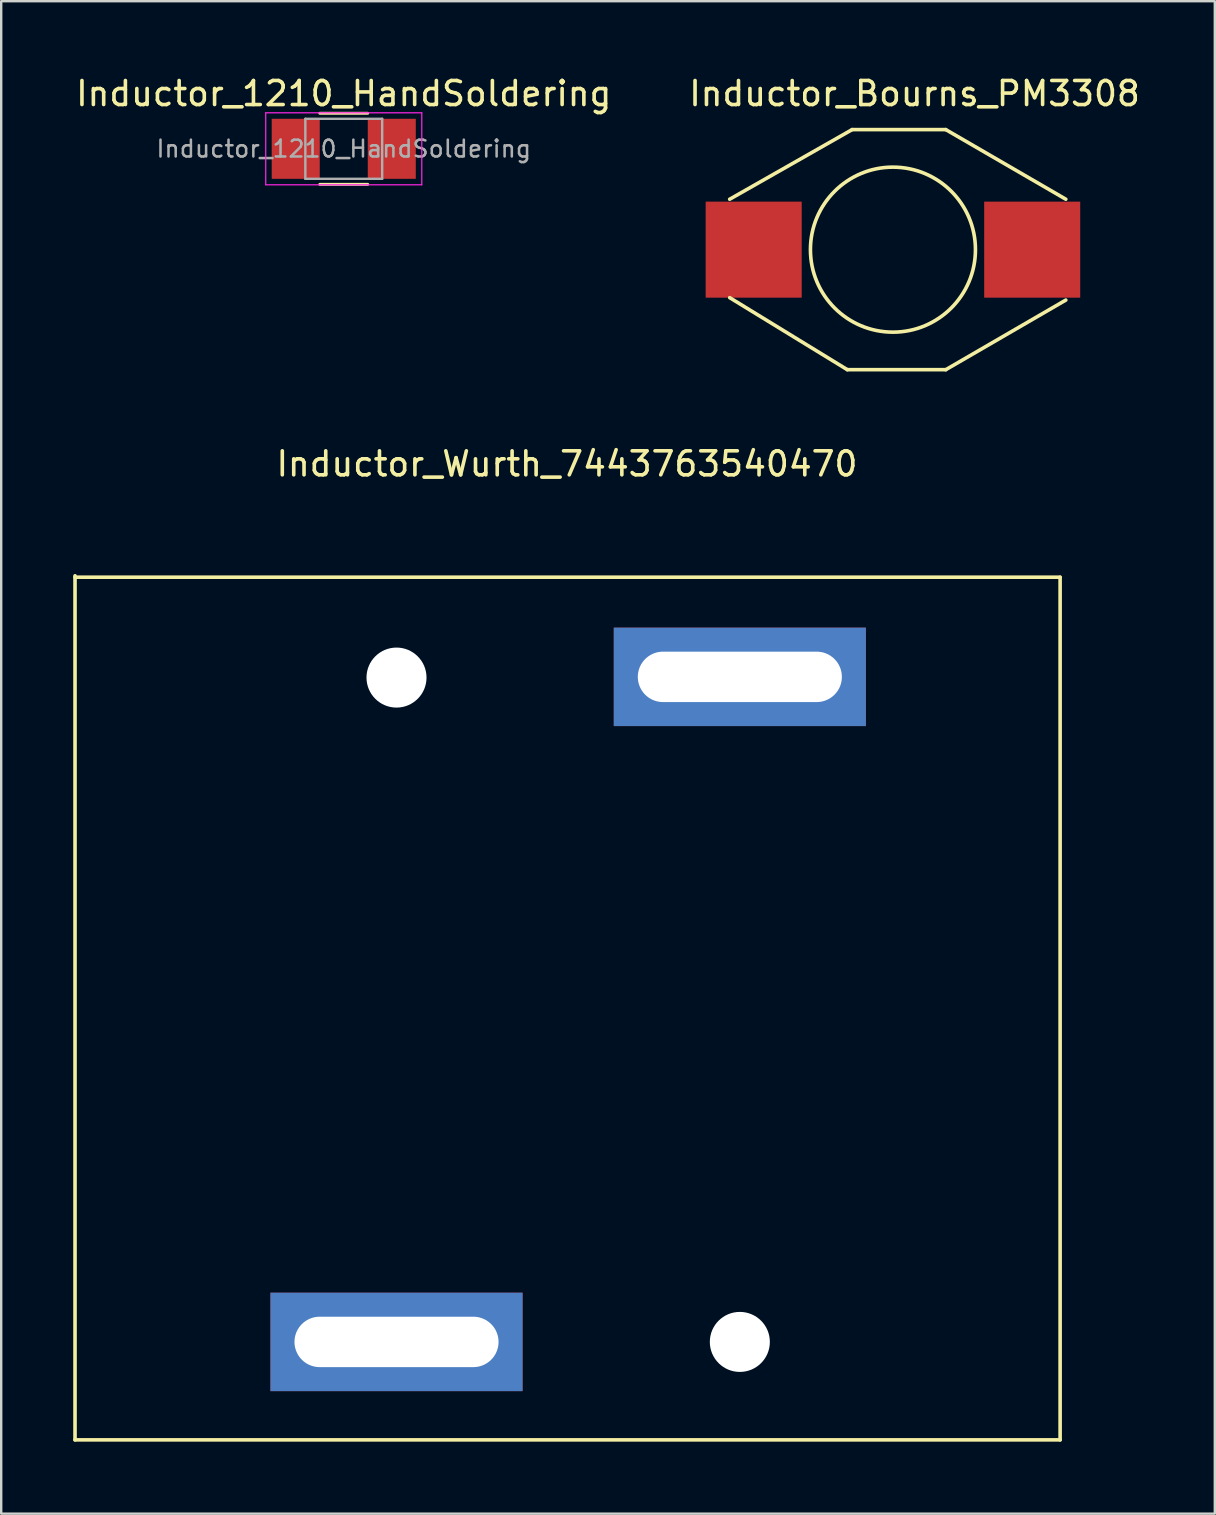
<source format=kicad_pcb>
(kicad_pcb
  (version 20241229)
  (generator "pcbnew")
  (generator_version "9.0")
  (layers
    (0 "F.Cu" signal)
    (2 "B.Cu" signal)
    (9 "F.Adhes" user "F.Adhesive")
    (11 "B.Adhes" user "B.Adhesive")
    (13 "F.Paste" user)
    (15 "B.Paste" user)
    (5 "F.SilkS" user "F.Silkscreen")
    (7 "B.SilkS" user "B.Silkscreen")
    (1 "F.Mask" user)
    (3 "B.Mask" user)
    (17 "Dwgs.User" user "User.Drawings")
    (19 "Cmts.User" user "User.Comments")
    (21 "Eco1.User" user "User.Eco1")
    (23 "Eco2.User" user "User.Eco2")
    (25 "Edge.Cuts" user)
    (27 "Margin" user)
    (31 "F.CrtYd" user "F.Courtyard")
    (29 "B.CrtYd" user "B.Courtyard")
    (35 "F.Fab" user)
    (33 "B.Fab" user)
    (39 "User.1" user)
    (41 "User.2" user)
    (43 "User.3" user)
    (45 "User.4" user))
  (footprint "Inductor_1210_HandSoldering"
    (layer "F.Cu")
    (at 11.268 3.148)
    (property "Reference" "Inductor_1210_HandSoldering" (at 0 -2.3 0) (layer "F.SilkS") (effects (font (size 1 1) (thickness 0.15))))
    (attr smd)
    (fp_line (start -1 -1.48) (end 1 -1.48) (stroke (width 0.12) (type solid)) (layer "F.SilkS"))
    (fp_line (start 1 1.48) (end -1 1.48) (stroke (width 0.12) (type solid)) (layer "F.SilkS"))
    (fp_line (start -3.25 -1.5) (end -3.25 1.5) (stroke (width 0.05) (type solid)) (layer "F.CrtYd"))
    (fp_line (start -3.25 -1.5) (end 3.25 -1.5) (stroke (width 0.05) (type solid)) (layer "F.CrtYd"))
    (fp_line (start 3.25 1.5) (end -3.25 1.5) (stroke (width 0.05) (type solid)) (layer "F.CrtYd"))
    (fp_line (start 3.25 1.5) (end 3.25 -1.5) (stroke (width 0.05) (type solid)) (layer "F.CrtYd"))
    (fp_line (start -1.6 -1.25) (end 1.6 -1.25) (stroke (width 0.1) (type solid)) (layer "F.Fab"))
    (fp_line (start -1.6 1.25) (end -1.6 -1.25) (stroke (width 0.1) (type solid)) (layer "F.Fab"))
    (fp_line (start 1.6 -1.25) (end 1.6 1.25) (stroke (width 0.1) (type solid)) (layer "F.Fab"))
    (fp_line (start 1.6 1.25) (end -1.6 1.25) (stroke (width 0.1) (type solid)) (layer "F.Fab"))
    (fp_text user "${REFERENCE}" (at 0 0 0) (layer "F.Fab") (effects (font (size 0.7 0.7) (thickness 0.105))))
    (pad "1" smd rect (at -2 0) (size 2 2.5) (layers "F.Cu" "F.Mask" "F.Paste"))
    (pad "2" smd rect (at 2 0) (size 2 2.5) (layers "F.Cu" "F.Mask" "F.Paste")))
  (footprint "Inductor_Wurth_7443763540470"
    (layer "F.Cu")
    (at 20.615 38.992)
    (property "Reference" "Inductor_Wurth_7443763540470" (at -0.05 -22.72 0) (layer "F.SilkS") (effects (font (size 1 1) (thickness 0.15))))
    (attr through_hole)
    (fp_line (start -20.54 -18) (end 20.49 -18) (stroke (width 0.15) (type solid)) (layer "F.SilkS"))
    (fp_line (start -20.54 17.93) (end -20.54 -18.06) (stroke (width 0.15) (type solid)) (layer "F.SilkS"))
    (fp_line (start 20.49 -18) (end 20.49 17.93) (stroke (width 0.15) (type solid)) (layer "F.SilkS"))
    (fp_line (start 20.49 17.93) (end -20.54 17.93) (stroke (width 0.15) (type solid)) (layer "F.SilkS"))
    (pad "" np_thru_hole circle (at -7.15 -13.82) (size 2.5 2.5) (drill 2.5) (layers "*.Cu" "*.Mask"))
    (pad "" np_thru_hole circle (at 7.15 13.85) (size 2.5 2.5) (drill 2.5) (layers "*.Cu" "*.Mask"))
    (pad "1" thru_hole rect (at -7.15 13.85) (size 10.5 4.1) (drill oval 8.5 2.1) (layers "*.Cu" "*.Mask"))
    (pad "2" thru_hole rect (at 7.15 -13.85) (size 10.5 4.1) (drill oval 8.5 2.1) (layers "*.Cu" "*.Mask")))
  (footprint "Inductor_Bourns_PM3308"
    (layer "F.Cu")
    (at 28.342 7.348)
    (property "Reference" "Inductor_Bourns_PM3308" (at 6.7 -6.5 0) (layer "F.SilkS") (effects (font (size 1 1) (thickness 0.15))))
    (attr through_hole)
    (fp_line (start -1 -2.1) (end 4.1 -5) (stroke (width 0.15) (type solid)) (layer "F.SilkS"))
    (fp_line (start -1 2) (end 3.9 5) (stroke (width 0.15) (type solid)) (layer "F.SilkS"))
    (fp_line (start 3.9 5) (end 8 5) (stroke (width 0.15) (type solid)) (layer "F.SilkS"))
    (fp_line (start 4.1 -5) (end 8 -5) (stroke (width 0.15) (type solid)) (layer "F.SilkS"))
    (fp_line (start 8 -5) (end 13 -2.1) (stroke (width 0.15) (type solid)) (layer "F.SilkS"))
    (fp_line (start 8 5) (end 13 2.1) (stroke (width 0.15) (type solid)) (layer "F.SilkS"))
    (fp_circle (center 5.8 0) (end 6.3 -3.4) (stroke (width 0.15) (type solid)) (fill no) (layer "F.SilkS"))
    (pad "1" smd rect (at 0 0) (size 4 4) (layers "F.Cu" "F.Mask" "F.Paste"))
    (pad "2" smd rect (at 11.6 0) (size 4 4) (layers "F.Cu" "F.Mask" "F.Paste")))
  (gr_rect
    (start -3 -3)
    (end 47.548 59.996)
    (stroke (width 0.1) (type default))
    (fill no)
    (layer "Edge.Cuts")))
</source>
